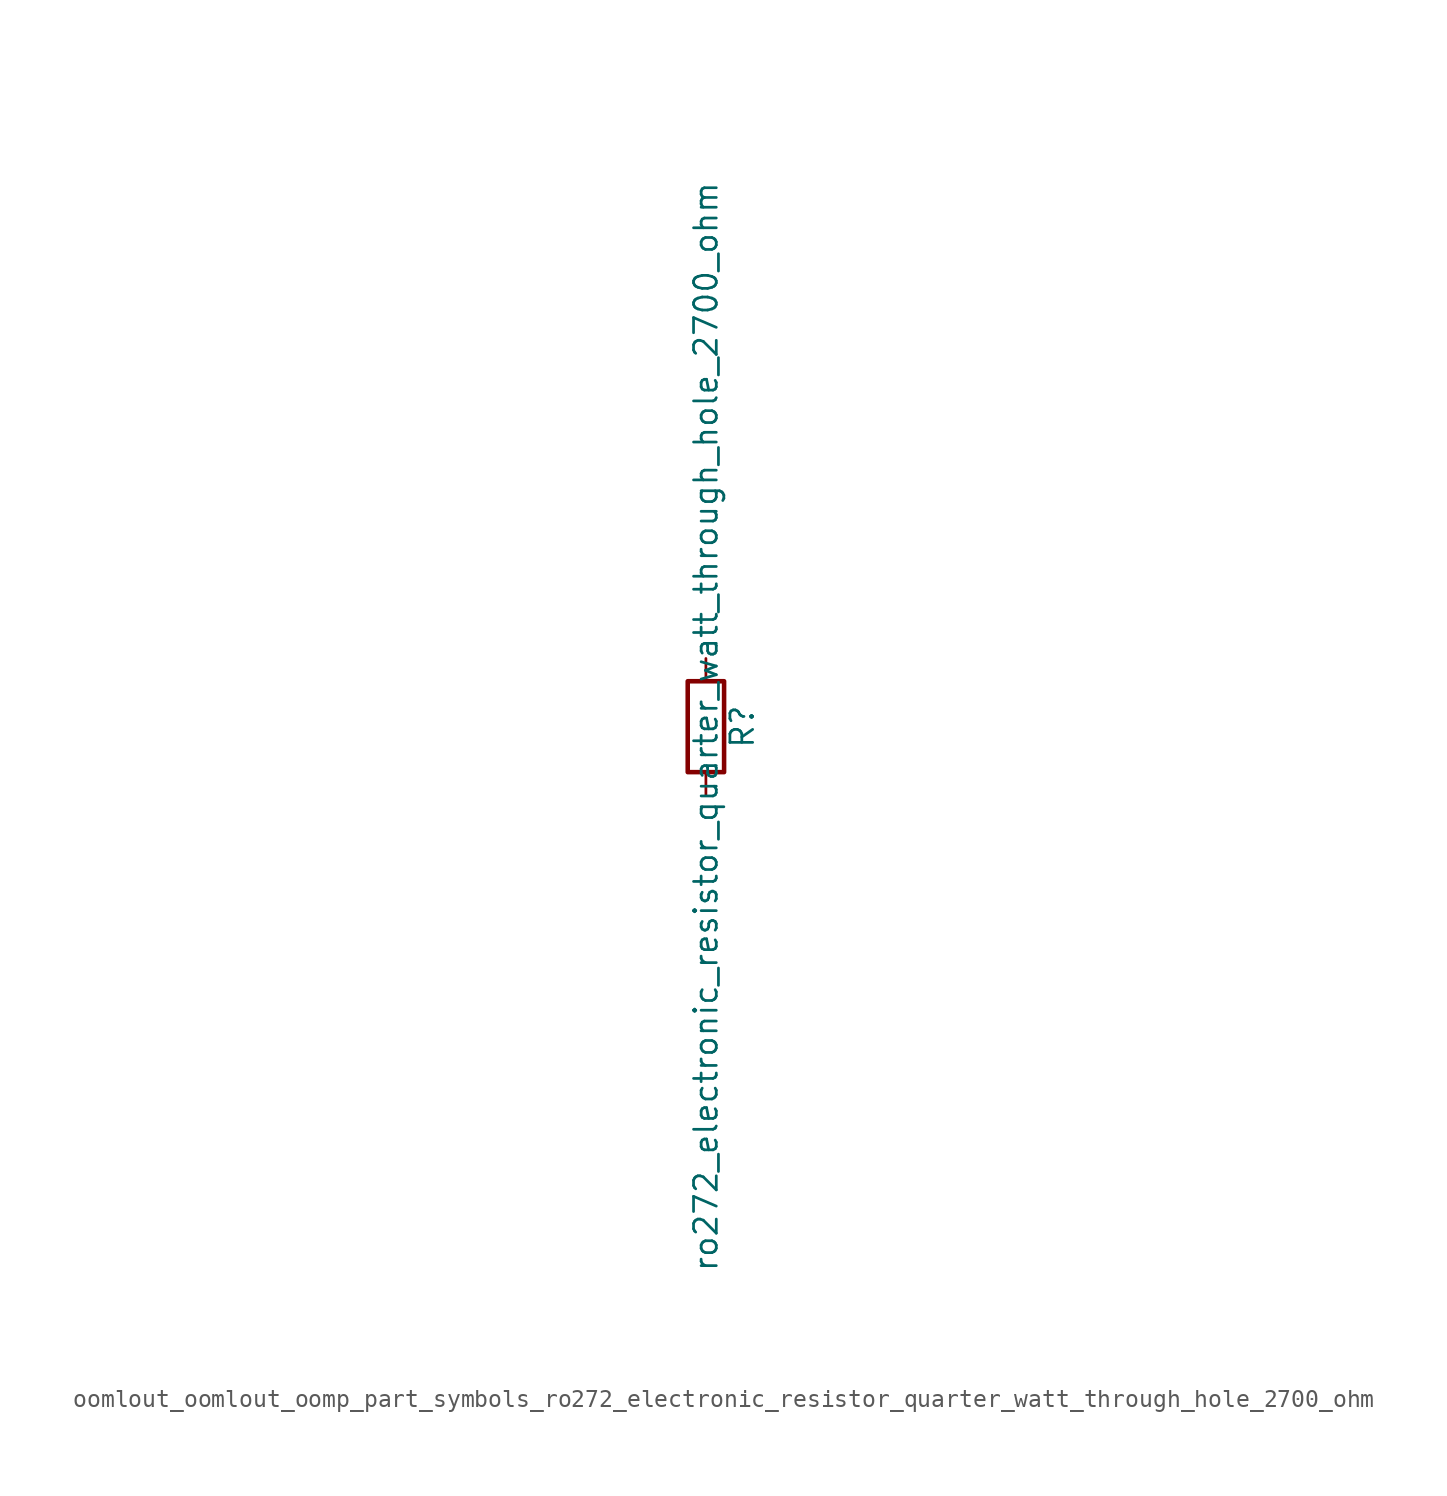
<source format=kicad_sym>
(kicad_symbol_lib
  (version 20220914)
  (generator kicad_symbol_editor)
  (symbol "oomlout_oomlout_oomp_part_symbols_ro272_electronic_resistor_quarter_watt_through_hole_2700_ohm"
    (pin_numbers hide)
    (pin_names
      (offset 0))
    (property "Reference" "R"
      (at 2.032 0 90)
      (effects (font (size 1.27 1.27))))
    (property "Value" "ro272_electronic_resistor_quarter_watt_through_hole_2700_ohm"
      (at 0 0 90)
      (effects (font (size 1.27 1.27))))
    (symbol "oomlout_oomlout_oomp_part_symbols_ro272_electronic_resistor_quarter_watt_through_hole_2700_ohm_0_1"
      (rectangle (start -1.016 -2.54) (end 1.016 2.54) (stroke (width 0.254) (type default)) (fill (type none))))
    (symbol "oomlout_oomlout_oomp_part_symbols_ro272_electronic_resistor_quarter_watt_through_hole_2700_ohm_1_1"
      (pin passive line (at 0 3.81 270) (length 1.27) (name "~" (effects (font (size 1.27 1.27)))) (number "1" (effects (font (size 1.27 1.27)))))
      (pin passive line (at 0 -3.81 90) (length 1.27) (name "~" (effects (font (size 1.27 1.27)))) (number "2" (effects (font (size 1.27 1.27))))))))
</source>
